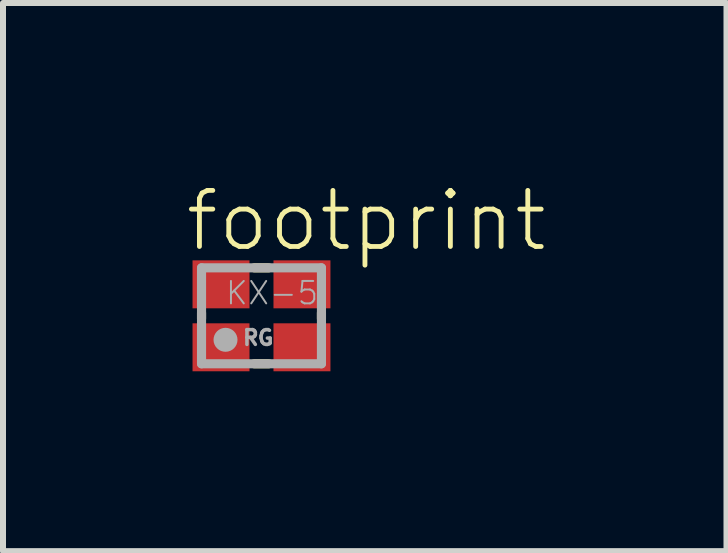
<source format=kicad_pcb>
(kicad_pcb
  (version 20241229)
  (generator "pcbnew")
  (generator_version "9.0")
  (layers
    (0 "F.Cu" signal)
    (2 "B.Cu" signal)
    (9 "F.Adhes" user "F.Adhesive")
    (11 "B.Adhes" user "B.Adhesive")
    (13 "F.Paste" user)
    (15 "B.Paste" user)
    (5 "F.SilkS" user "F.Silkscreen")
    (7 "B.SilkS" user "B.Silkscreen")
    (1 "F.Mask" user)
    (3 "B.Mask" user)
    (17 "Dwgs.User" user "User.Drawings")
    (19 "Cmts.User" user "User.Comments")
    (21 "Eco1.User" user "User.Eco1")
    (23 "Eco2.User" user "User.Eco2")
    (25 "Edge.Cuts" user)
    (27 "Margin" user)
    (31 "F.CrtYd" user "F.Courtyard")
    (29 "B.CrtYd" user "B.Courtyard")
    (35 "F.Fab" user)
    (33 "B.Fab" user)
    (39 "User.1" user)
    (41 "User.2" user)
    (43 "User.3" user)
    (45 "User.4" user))
  (footprint "footprint"
    (layer "F.Cu")
    (at 1.311 2.217)
    (property "Reference" "footprint" (at -1.311 -1.038 0) (layer "F.SilkS") (effects (font (size 0.935 0.935) (thickness 0.081)) (justify left bottom)))
    (fp_line (start -1 -0.05) (end -1 0.05) (stroke (width 0.152) (type solid)) (layer "F.SilkS"))
    (fp_line (start -0.12 -0.8) (end 0.12 -0.8) (stroke (width 0.152) (type solid)) (layer "F.SilkS"))
    (fp_line (start -0.12 0.8) (end 0.12 0.8) (stroke (width 0.152) (type solid)) (layer "F.SilkS"))
    (fp_line (start 1 -0.05) (end 1 0.05) (stroke (width 0.152) (type solid)) (layer "F.SilkS"))
    (fp_line (start -1 -0.8) (end -1 0.8) (stroke (width 0.152) (type solid)) (layer "F.Fab"))
    (fp_line (start -1 0.8) (end 1 0.8) (stroke (width 0.152) (type solid)) (layer "F.Fab"))
    (fp_line (start 1 -0.8) (end -1 -0.8) (stroke (width 0.152) (type solid)) (layer "F.Fab"))
    (fp_line (start 1 0.8) (end 1 -0.8) (stroke (width 0.152) (type solid)) (layer "F.Fab"))
    (fp_circle (center -0.6 0.4) (end -0.5 0.4) (stroke (width 0.2) (type solid)) (fill no) (layer "F.Fab"))
    (fp_text user "RG" (at -0.34 0.51 0) (layer "F.Fab") (effects (font (size 0.247 0.247) (thickness 0.058)) (justify left bottom)))
    (fp_text user "KX-5" (at -0.62 -0.16 0) (layer "F.Fab") (effects (font (size 0.374 0.374) (thickness 0.033)) (justify left bottom)))
    (pad "1" smd rect (at -0.675 0.525) (size 0.95 0.8) (layers "F.Cu" "F.Mask" "F.Paste"))
    (pad "2" smd rect (at 0.675 0.525) (size 0.95 0.8) (layers "F.Cu" "F.Mask" "F.Paste"))
    (pad "3" smd rect (at 0.675 -0.525) (size 0.95 0.8) (layers "F.Cu" "F.Mask" "F.Paste"))
    (pad "4" smd rect (at -0.675 -0.525) (size 0.95 0.8) (layers "F.Cu" "F.Mask" "F.Paste")))
  (gr_rect
    (start -3 -3)
    (end 9.066 6.142)
    (stroke (width 0.1) (type default))
    (fill no)
    (layer "Edge.Cuts")))
</source>
